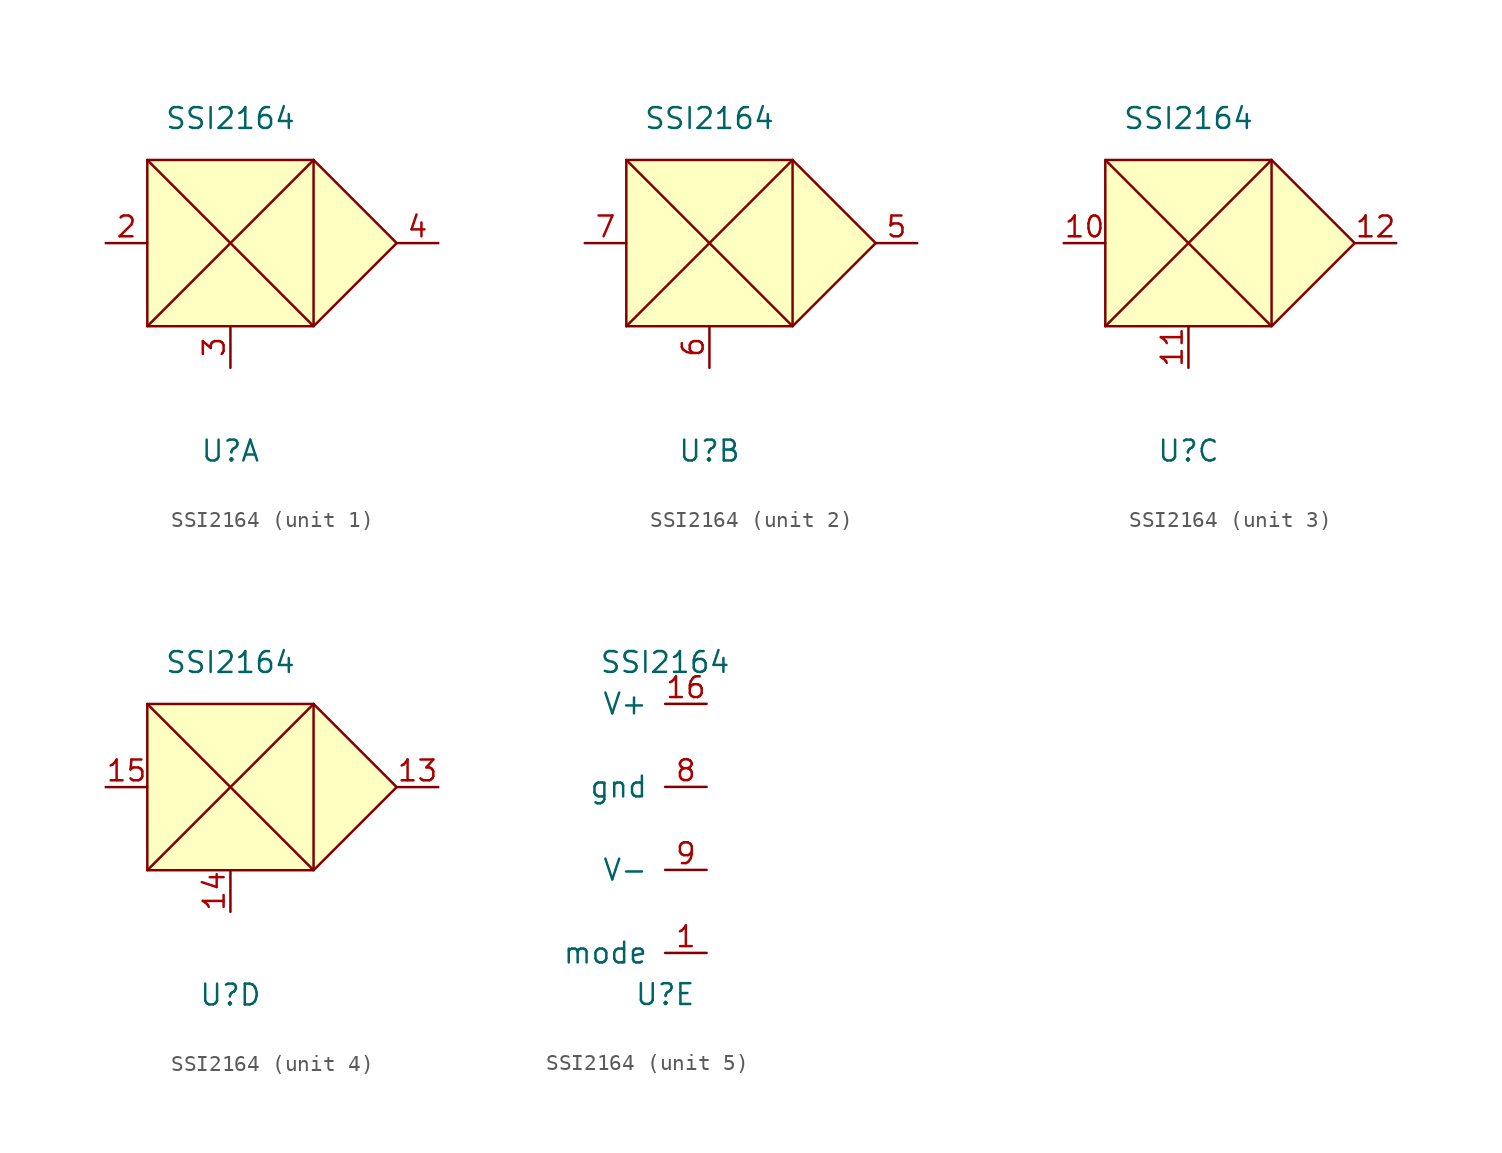
<source format=kicad_sym>
(kicad_symbol_lib
  (version 20211014)
  (generator kicad_symbol_editor)
  (symbol "SSI2164"
    (pin_names
      (offset 1.016))
    (property "Reference" "U"
      (at 0 -12.7 0)
      (effects (font (size 1.27 1.27))))
    (property "Value" "SSI2164"
      (at 0 7.62 0)
      (effects (font (size 1.27 1.27))))
    (property "ki_locked" ""
      (at 0 0 0)
      (effects (font (size 1.27 1.27))))
    (symbol "SSI2164_1_1"
      (rectangle (start -5.08 5.08) (end 5.08 -5.08) (stroke (width 0) (type default) (color 0 0 0 0)) (fill (type background)))
      (polyline (pts (xy 5.08 5.08) (xy -5.08 -5.08)) (stroke (width 0) (type default) (color 0 0 0 0)) (fill (type none)))
      (polyline (pts (xy 5.08 5.08) (xy 10.16 0) (xy 5.08 -5.08) (xy -5.08 5.08)) (stroke (width 0) (type default) (color 0 0 0 0)) (fill (type background)))
      (pin input line (at -7.62 0 0) (length 2.54) (name "~" (effects (font (size 1.27 1.27)))) (number "2" (effects (font (size 1.27 1.27)))))
      (pin input line (at 0 -7.62 90) (length 2.54) (name "~" (effects (font (size 1.27 1.27)))) (number "3" (effects (font (size 1.27 1.27)))))
      (pin output line (at 12.7 0 180) (length 2.54) (name "~" (effects (font (size 1.27 1.27)))) (number "4" (effects (font (size 1.27 1.27))))))
    (symbol "SSI2164_2_1"
      (rectangle (start -5.08 5.08) (end 5.08 -5.08) (stroke (width 0) (type default) (color 0 0 0 0)) (fill (type background)))
      (polyline (pts (xy 5.08 5.08) (xy -5.08 -5.08)) (stroke (width 0) (type default) (color 0 0 0 0)) (fill (type none)))
      (polyline (pts (xy 5.08 5.08) (xy 10.16 0) (xy 5.08 -5.08) (xy -5.08 5.08)) (stroke (width 0) (type default) (color 0 0 0 0)) (fill (type background)))
      (pin output line (at 12.7 0 180) (length 2.54) (name "~" (effects (font (size 1.27 1.27)))) (number "5" (effects (font (size 1.27 1.27)))))
      (pin input line (at 0 -7.62 90) (length 2.54) (name "~" (effects (font (size 1.27 1.27)))) (number "6" (effects (font (size 1.27 1.27)))))
      (pin input line (at -7.62 0 0) (length 2.54) (name "~" (effects (font (size 1.27 1.27)))) (number "7" (effects (font (size 1.27 1.27))))))
    (symbol "SSI2164_3_1"
      (rectangle (start -5.08 5.08) (end 5.08 -5.08) (stroke (width 0) (type default) (color 0 0 0 0)) (fill (type background)))
      (polyline (pts (xy 5.08 5.08) (xy -5.08 -5.08)) (stroke (width 0) (type default) (color 0 0 0 0)) (fill (type none)))
      (polyline (pts (xy 5.08 5.08) (xy 10.16 0) (xy 5.08 -5.08) (xy -5.08 5.08)) (stroke (width 0) (type default) (color 0 0 0 0)) (fill (type background)))
      (pin input line (at -7.62 0 0) (length 2.54) (name "~" (effects (font (size 1.27 1.27)))) (number "10" (effects (font (size 1.27 1.27)))))
      (pin input line (at 0 -7.62 90) (length 2.54) (name "~" (effects (font (size 1.27 1.27)))) (number "11" (effects (font (size 1.27 1.27)))))
      (pin output line (at 12.7 0 180) (length 2.54) (name "~" (effects (font (size 1.27 1.27)))) (number "12" (effects (font (size 1.27 1.27))))))
    (symbol "SSI2164_4_1"
      (rectangle (start -5.08 5.08) (end 5.08 -5.08) (stroke (width 0) (type default) (color 0 0 0 0)) (fill (type background)))
      (polyline (pts (xy 5.08 5.08) (xy -5.08 -5.08)) (stroke (width 0) (type default) (color 0 0 0 0)) (fill (type none)))
      (polyline (pts (xy 5.08 5.08) (xy 10.16 0) (xy 5.08 -5.08) (xy -5.08 5.08)) (stroke (width 0) (type default) (color 0 0 0 0)) (fill (type background)))
      (pin output line (at 12.7 0 180) (length 2.54) (name "~" (effects (font (size 1.27 1.27)))) (number "13" (effects (font (size 1.27 1.27)))))
      (pin input line (at 0 -7.62 90) (length 2.54) (name "~" (effects (font (size 1.27 1.27)))) (number "14" (effects (font (size 1.27 1.27)))))
      (pin input line (at -7.62 0 0) (length 2.54) (name "~" (effects (font (size 1.27 1.27)))) (number "15" (effects (font (size 1.27 1.27))))))
    (symbol "SSI2164_5_1"
      (pin input line (at 2.54 -10.16 180) (length 2.54) (name "mode" (effects (font (size 1.27 1.27)))) (number "1" (effects (font (size 1.27 1.27)))))
      (pin power_in line (at 2.54 5.08 180) (length 2.54) (name "V+" (effects (font (size 1.27 1.27)))) (number "16" (effects (font (size 1.27 1.27)))))
      (pin power_in line (at 2.54 0 180) (length 2.54) (name "gnd" (effects (font (size 1.27 1.27)))) (number "8" (effects (font (size 1.27 1.27)))))
      (pin power_in line (at 2.54 -5.08 180) (length 2.54) (name "V-" (effects (font (size 1.27 1.27)))) (number "9" (effects (font (size 1.27 1.27))))))))
</source>
